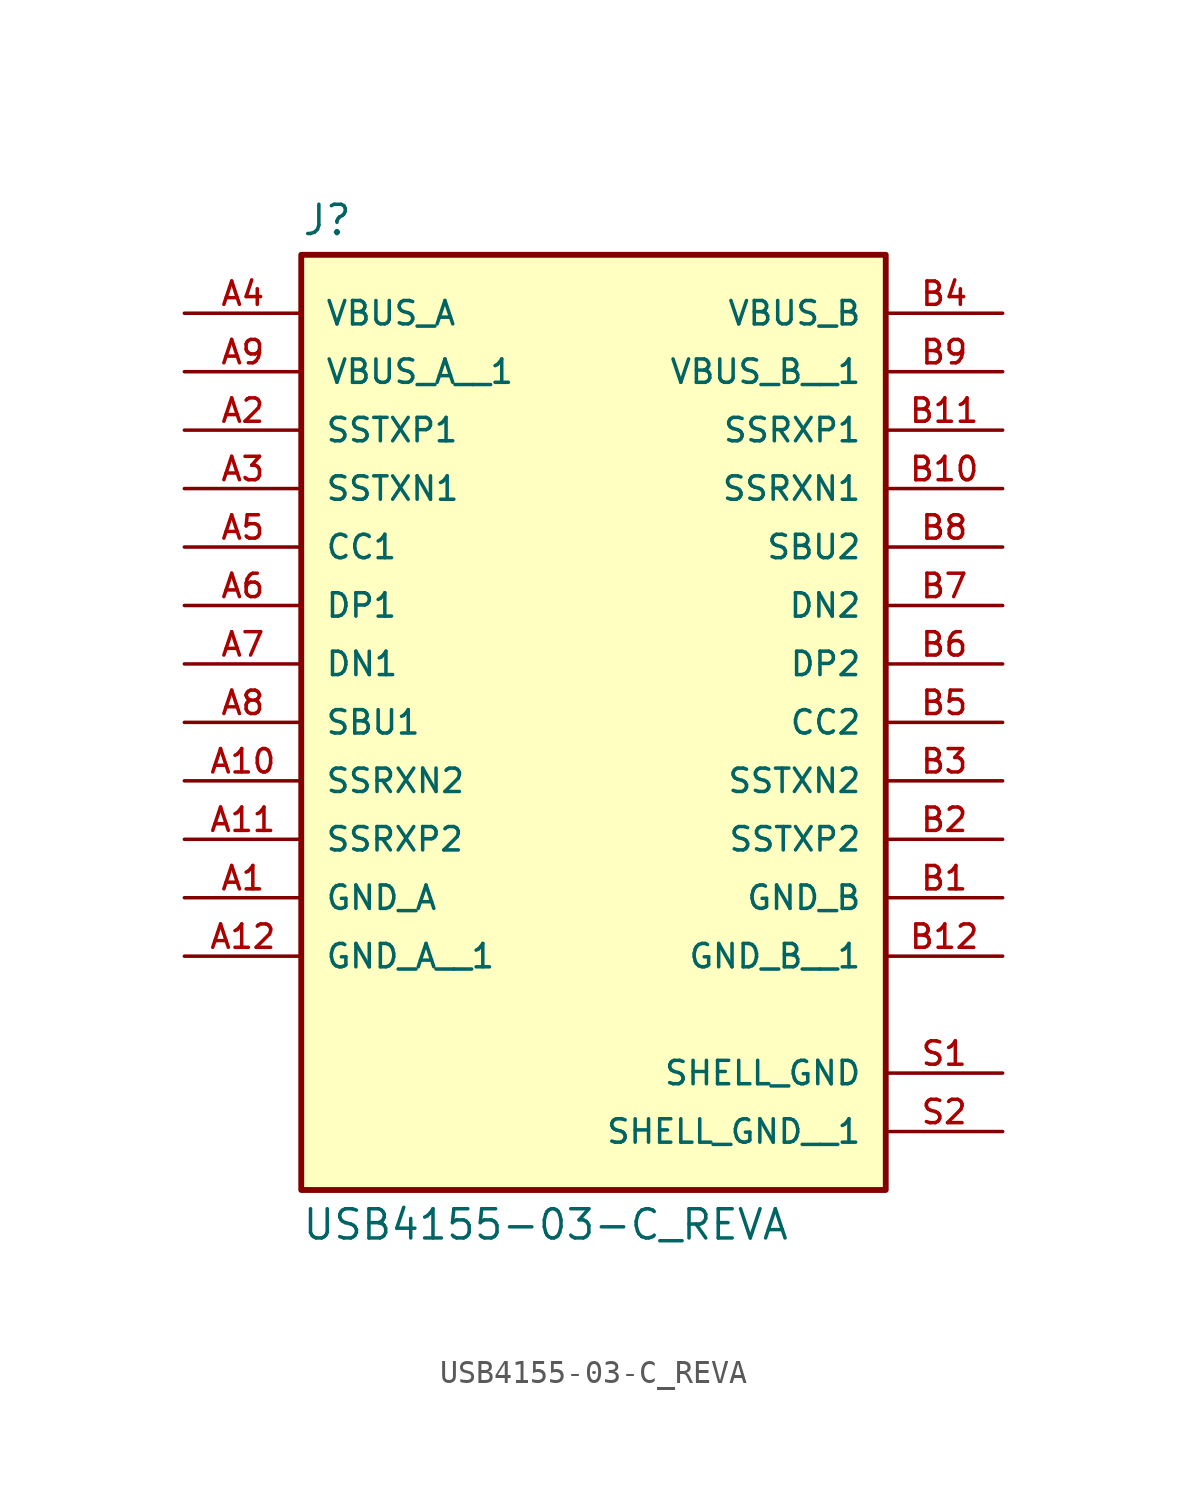
<source format=kicad_sym>
(kicad_symbol_lib
  (version 20231120)
  (generator "kicad_symbol_editor")
  (generator_version "8.0")
  (symbol "USB4155-03-C_REVA"
    (pin_names
      (offset 1.016))
    (property "Reference" "J"
      (at -12.7 16.002 0)
      (effects (font (size 1.27 1.27)) (justify left bottom)))
    (property "Value" "USB4155-03-C_REVA"
      (at -12.7 -26.162 0)
      (effects (font (size 1.27 1.27)) (justify left top)))
    (symbol "USB4155-03-C_REVA_0_0"
      (rectangle (start -12.7 -25.4) (end 12.7 15.24) (stroke (width 0.254) (type default)) (fill (type background)))
      (pin power_in line (at -17.78 -12.7 0) (length 5.08) (name "GND_A" (effects (font (size 1.016 1.016)))) (number "A1" (effects (font (size 1.016 1.016)))))
      (pin bidirectional line (at -17.78 -7.62 0) (length 5.08) (name "SSRXN2" (effects (font (size 1.016 1.016)))) (number "A10" (effects (font (size 1.016 1.016)))))
      (pin bidirectional line (at -17.78 -10.16 0) (length 5.08) (name "SSRXP2" (effects (font (size 1.016 1.016)))) (number "A11" (effects (font (size 1.016 1.016)))))
      (pin power_in line (at -17.78 -15.24 0) (length 5.08) (name "GND_A__1" (effects (font (size 1.016 1.016)))) (number "A12" (effects (font (size 1.016 1.016)))))
      (pin bidirectional line (at -17.78 7.62 0) (length 5.08) (name "SSTXP1" (effects (font (size 1.016 1.016)))) (number "A2" (effects (font (size 1.016 1.016)))))
      (pin bidirectional line (at -17.78 5.08 0) (length 5.08) (name "SSTXN1" (effects (font (size 1.016 1.016)))) (number "A3" (effects (font (size 1.016 1.016)))))
      (pin power_in line (at -17.78 12.7 0) (length 5.08) (name "VBUS_A" (effects (font (size 1.016 1.016)))) (number "A4" (effects (font (size 1.016 1.016)))))
      (pin bidirectional line (at -17.78 2.54 0) (length 5.08) (name "CC1" (effects (font (size 1.016 1.016)))) (number "A5" (effects (font (size 1.016 1.016)))))
      (pin bidirectional line (at -17.78 0 0) (length 5.08) (name "DP1" (effects (font (size 1.016 1.016)))) (number "A6" (effects (font (size 1.016 1.016)))))
      (pin bidirectional line (at -17.78 -2.54 0) (length 5.08) (name "DN1" (effects (font (size 1.016 1.016)))) (number "A7" (effects (font (size 1.016 1.016)))))
      (pin bidirectional line (at -17.78 -5.08 0) (length 5.08) (name "SBU1" (effects (font (size 1.016 1.016)))) (number "A8" (effects (font (size 1.016 1.016)))))
      (pin power_in line (at -17.78 10.16 0) (length 5.08) (name "VBUS_A__1" (effects (font (size 1.016 1.016)))) (number "A9" (effects (font (size 1.016 1.016)))))
      (pin power_in line (at 17.78 -12.7 180) (length 5.08) (name "GND_B" (effects (font (size 1.016 1.016)))) (number "B1" (effects (font (size 1.016 1.016)))))
      (pin bidirectional line (at 17.78 5.08 180) (length 5.08) (name "SSRXN1" (effects (font (size 1.016 1.016)))) (number "B10" (effects (font (size 1.016 1.016)))))
      (pin bidirectional line (at 17.78 7.62 180) (length 5.08) (name "SSRXP1" (effects (font (size 1.016 1.016)))) (number "B11" (effects (font (size 1.016 1.016)))))
      (pin power_in line (at 17.78 -15.24 180) (length 5.08) (name "GND_B__1" (effects (font (size 1.016 1.016)))) (number "B12" (effects (font (size 1.016 1.016)))))
      (pin bidirectional line (at 17.78 -10.16 180) (length 5.08) (name "SSTXP2" (effects (font (size 1.016 1.016)))) (number "B2" (effects (font (size 1.016 1.016)))))
      (pin bidirectional line (at 17.78 -7.62 180) (length 5.08) (name "SSTXN2" (effects (font (size 1.016 1.016)))) (number "B3" (effects (font (size 1.016 1.016)))))
      (pin power_in line (at 17.78 12.7 180) (length 5.08) (name "VBUS_B" (effects (font (size 1.016 1.016)))) (number "B4" (effects (font (size 1.016 1.016)))))
      (pin bidirectional line (at 17.78 -5.08 180) (length 5.08) (name "CC2" (effects (font (size 1.016 1.016)))) (number "B5" (effects (font (size 1.016 1.016)))))
      (pin bidirectional line (at 17.78 -2.54 180) (length 5.08) (name "DP2" (effects (font (size 1.016 1.016)))) (number "B6" (effects (font (size 1.016 1.016)))))
      (pin bidirectional line (at 17.78 0 180) (length 5.08) (name "DN2" (effects (font (size 1.016 1.016)))) (number "B7" (effects (font (size 1.016 1.016)))))
      (pin bidirectional line (at 17.78 2.54 180) (length 5.08) (name "SBU2" (effects (font (size 1.016 1.016)))) (number "B8" (effects (font (size 1.016 1.016)))))
      (pin power_in line (at 17.78 10.16 180) (length 5.08) (name "VBUS_B__1" (effects (font (size 1.016 1.016)))) (number "B9" (effects (font (size 1.016 1.016)))))
      (pin power_in line (at 17.78 -20.32 180) (length 5.08) (name "SHELL_GND" (effects (font (size 1.016 1.016)))) (number "S1" (effects (font (size 1.016 1.016)))))
      (pin power_in line (at 17.78 -22.86 180) (length 5.08) (name "SHELL_GND__1" (effects (font (size 1.016 1.016)))) (number "S2" (effects (font (size 1.016 1.016))))))))
</source>
